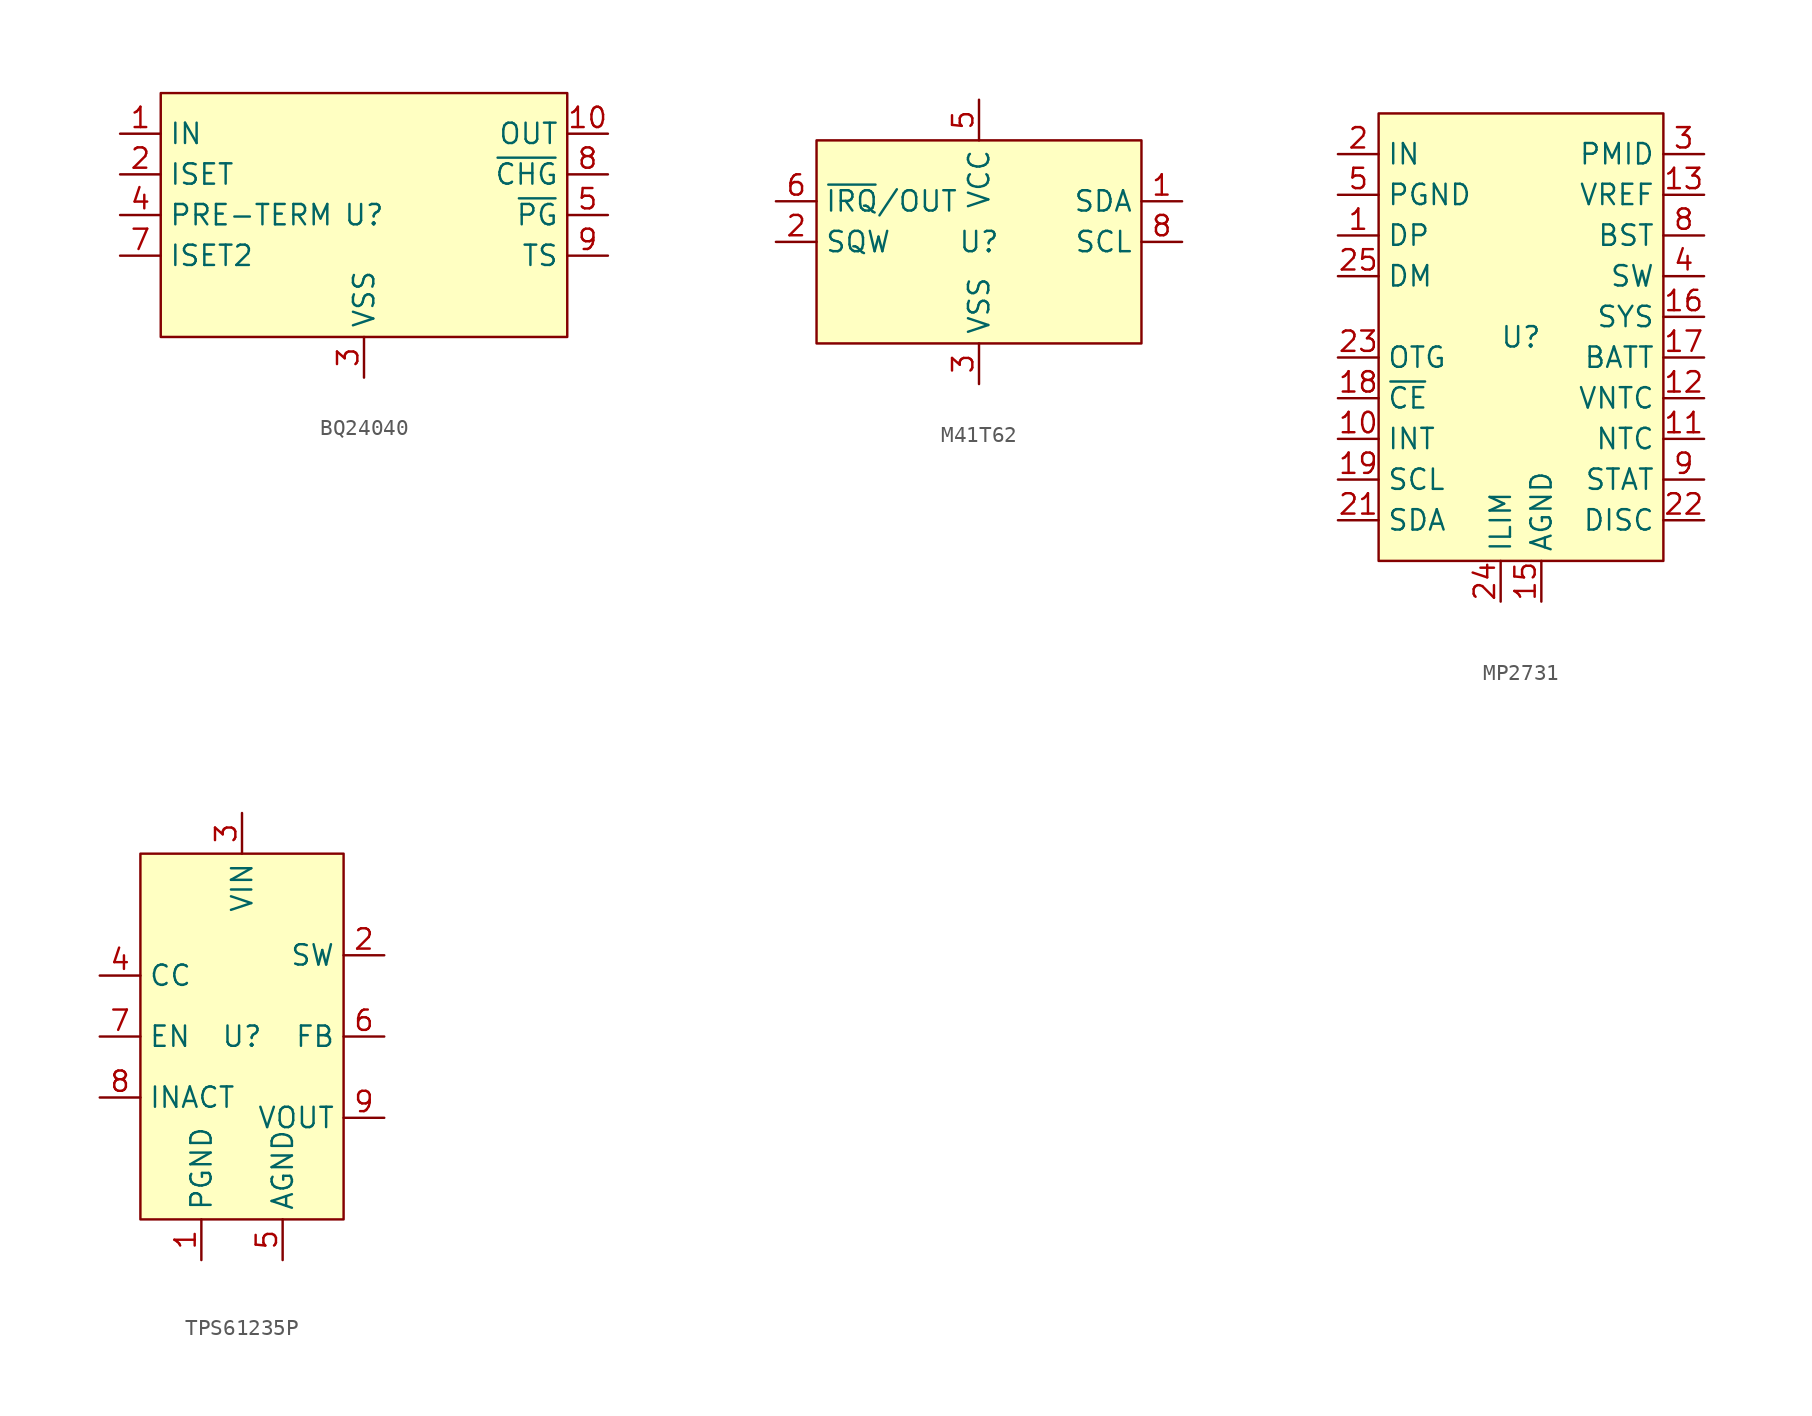
<source format=kicad_sym>
(kicad_symbol_lib
  (version 20220914)
  (generator kicad_symbol_editor)
  (symbol "BQ24040"
    (property "Reference" "U"
      (at 0 0 0)
      (effects (font (size 1.27 1.27))))
    (property "Value" ""
      (at 0 0 0)
      (effects (font (size 1.27 1.27))))
    (symbol "BQ24040_1_1"
      (rectangle (start -12.7 7.62) (end 12.7 -7.62) (stroke (width 0) (type default)) (fill (type background)))
      (pin power_in line (at -15.24 5.08 0) (length 2.54) (name "IN" (effects (font (size 1.27 1.27)))) (number "1" (effects (font (size 1.27 1.27)))))
      (pin power_out line (at 15.24 5.08 180) (length 2.54) (name "OUT" (effects (font (size 1.27 1.27)))) (number "10" (effects (font (size 1.27 1.27)))))
      (pin input line (at -15.24 2.54 0) (length 2.54) (name "ISET" (effects (font (size 1.27 1.27)))) (number "2" (effects (font (size 1.27 1.27)))))
      (pin power_in line (at 0 -10.16 90) (length 2.54) (name "VSS" (effects (font (size 1.27 1.27)))) (number "3" (effects (font (size 1.27 1.27)))))
      (pin input line (at -15.24 0 0) (length 2.54) (name "PRE-TERM" (effects (font (size 1.27 1.27)))) (number "4" (effects (font (size 1.27 1.27)))))
      (pin open_collector line (at 15.24 0 180) (length 2.54) (name "~{PG}" (effects (font (size 1.27 1.27)))) (number "5" (effects (font (size 1.27 1.27)))))
      (pin no_connect line (at 15.24 -5.08 180) (length 2.54) hide (name "NC" (effects (font (size 1.27 1.27)))) (number "6" (effects (font (size 1.27 1.27)))))
      (pin input line (at -15.24 -2.54 0) (length 2.54) (name "ISET2" (effects (font (size 1.27 1.27)))) (number "7" (effects (font (size 1.27 1.27)))))
      (pin open_collector line (at 15.24 2.54 180) (length 2.54) (name "~{CHG}" (effects (font (size 1.27 1.27)))) (number "8" (effects (font (size 1.27 1.27)))))
      (pin input line (at 15.24 -2.54 180) (length 2.54) (name "TS" (effects (font (size 1.27 1.27)))) (number "9" (effects (font (size 1.27 1.27)))))))
  (symbol "M41T62"
    (property "Reference" "U"
      (at 0 0 0)
      (effects (font (size 1.27 1.27))))
    (property "Value" ""
      (at 0 0 0)
      (effects (font (size 1.27 1.27))))
    (symbol "M41T62_1_1"
      (rectangle (start -10.16 6.35) (end 10.16 -6.35) (stroke (width 0) (type default)) (fill (type background)))
      (pin open_collector line (at 12.7 2.54 180) (length 2.54) (name "SDA" (effects (font (size 1.27 1.27)))) (number "1" (effects (font (size 1.27 1.27)))))
      (pin output line (at -12.7 0 0) (length 2.54) (name "SQW" (effects (font (size 1.27 1.27)))) (number "2" (effects (font (size 1.27 1.27)))))
      (pin power_in line (at 0 -8.89 90) (length 2.54) (name "VSS" (effects (font (size 1.27 1.27)))) (number "3" (effects (font (size 1.27 1.27)))))
      (pin no_connect line (at 12.7 -2.54 180) (length 2.54) hide (name "NC" (effects (font (size 1.27 1.27)))) (number "4" (effects (font (size 1.27 1.27)))))
      (pin power_in line (at 0 8.89 270) (length 2.54) (name "VCC" (effects (font (size 1.27 1.27)))) (number "5" (effects (font (size 1.27 1.27)))))
      (pin output line (at -12.7 2.54 0) (length 2.54) (name "~{IRQ}/OUT" (effects (font (size 1.27 1.27)))) (number "6" (effects (font (size 1.27 1.27)))))
      (pin no_connect line (at -12.7 -2.54 0) (length 2.54) hide (name "NC" (effects (font (size 1.27 1.27)))) (number "7" (effects (font (size 1.27 1.27)))))
      (pin open_collector line (at 12.7 0 180) (length 2.54) (name "SCL" (effects (font (size 1.27 1.27)))) (number "8" (effects (font (size 1.27 1.27)))))))
  (symbol "MP2731"
    (property "Reference" "U"
      (at 0 0 0)
      (effects (font (size 1.27 1.27))))
    (property "Value" ""
      (at 0 0 0)
      (effects (font (size 1.27 1.27))))
    (symbol "MP2731_1_1"
      (rectangle (start -8.89 13.97) (end 8.89 -13.97) (stroke (width 0) (type default)) (fill (type background)))
      (pin bidirectional line (at -11.43 6.35 0) (length 2.54) (name "DP" (effects (font (size 1.27 1.27)))) (number "1" (effects (font (size 1.27 1.27)))))
      (pin output line (at -11.43 -6.35 0) (length 2.54) (name "INT" (effects (font (size 1.27 1.27)))) (number "10" (effects (font (size 1.27 1.27)))))
      (pin input line (at 11.43 -6.35 180) (length 2.54) (name "NTC" (effects (font (size 1.27 1.27)))) (number "11" (effects (font (size 1.27 1.27)))))
      (pin output line (at 11.43 -3.81 180) (length 2.54) (name "VNTC" (effects (font (size 1.27 1.27)))) (number "12" (effects (font (size 1.27 1.27)))))
      (pin power_out line (at 11.43 8.89 180) (length 2.54) (name "VREF" (effects (font (size 1.27 1.27)))) (number "13" (effects (font (size 1.27 1.27)))))
      (pin power_out line (at 1.27 -16.51 90) (length 2.54) (name "AGND" (effects (font (size 1.27 1.27)))) (number "15" (effects (font (size 1.27 1.27)))))
      (pin power_out line (at 11.43 1.27 180) (length 2.54) (name "SYS" (effects (font (size 1.27 1.27)))) (number "16" (effects (font (size 1.27 1.27)))))
      (pin power_out line (at 11.43 -1.27 180) (length 2.54) (name "BATT" (effects (font (size 1.27 1.27)))) (number "17" (effects (font (size 1.27 1.27)))))
      (pin input line (at -11.43 -3.81 0) (length 2.54) (name "~{CE}" (effects (font (size 1.27 1.27)))) (number "18" (effects (font (size 1.27 1.27)))))
      (pin input line (at -11.43 -8.89 0) (length 2.54) (name "SCL" (effects (font (size 1.27 1.27)))) (number "19" (effects (font (size 1.27 1.27)))))
      (pin power_in line (at -11.43 11.43 0) (length 2.54) (name "IN" (effects (font (size 1.27 1.27)))) (number "2" (effects (font (size 1.27 1.27)))))
      (pin bidirectional line (at -11.43 -11.43 0) (length 2.54) (name "SDA" (effects (font (size 1.27 1.27)))) (number "21" (effects (font (size 1.27 1.27)))))
      (pin input line (at 11.43 -11.43 180) (length 2.54) (name "DISC" (effects (font (size 1.27 1.27)))) (number "22" (effects (font (size 1.27 1.27)))))
      (pin input line (at -11.43 -1.27 0) (length 2.54) (name "OTG" (effects (font (size 1.27 1.27)))) (number "23" (effects (font (size 1.27 1.27)))))
      (pin input line (at -1.27 -16.51 90) (length 2.54) (name "ILIM" (effects (font (size 1.27 1.27)))) (number "24" (effects (font (size 1.27 1.27)))))
      (pin bidirectional line (at -11.43 3.81 0) (length 2.54) (name "DM" (effects (font (size 1.27 1.27)))) (number "25" (effects (font (size 1.27 1.27)))))
      (pin input line (at 11.43 11.43 180) (length 2.54) (name "PMID" (effects (font (size 1.27 1.27)))) (number "3" (effects (font (size 1.27 1.27)))))
      (pin power_out line (at 11.43 3.81 180) (length 2.54) (name "SW" (effects (font (size 1.27 1.27)))) (number "4" (effects (font (size 1.27 1.27)))))
      (pin power_in line (at -11.43 8.89 0) (length 2.54) (name "PGND" (effects (font (size 1.27 1.27)))) (number "5" (effects (font (size 1.27 1.27)))))
      (pin power_in line (at 11.43 6.35 180) (length 2.54) (name "BST" (effects (font (size 1.27 1.27)))) (number "8" (effects (font (size 1.27 1.27)))))
      (pin output line (at 11.43 -8.89 180) (length 2.54) (name "STAT" (effects (font (size 1.27 1.27)))) (number "9" (effects (font (size 1.27 1.27)))))))
  (symbol "TPS61235P"
    (property "Reference" "U"
      (at 0 0 0)
      (effects (font (size 1.27 1.27))))
    (property "Value" ""
      (at 0 1.27 0)
      (effects (font (size 1.27 1.27))))
    (symbol "TPS61235P_1_1"
      (rectangle (start -6.35 11.43) (end 6.35 -11.43) (stroke (width 0) (type default)) (fill (type background)))
      (pin power_out line (at -2.54 -13.97 90) (length 2.54) (name "PGND" (effects (font (size 1.27 1.27)))) (number "1" (effects (font (size 1.27 1.27)))))
      (pin power_out line (at 8.89 5.08 180) (length 2.54) (name "SW" (effects (font (size 1.27 1.27)))) (number "2" (effects (font (size 1.27 1.27)))))
      (pin power_in line (at 0 13.97 270) (length 2.54) (name "VIN" (effects (font (size 1.27 1.27)))) (number "3" (effects (font (size 1.27 1.27)))))
      (pin input line (at -8.89 3.81 0) (length 2.54) (name "CC" (effects (font (size 1.27 1.27)))) (number "4" (effects (font (size 1.27 1.27)))))
      (pin power_out line (at 2.54 -13.97 90) (length 2.54) (name "AGND" (effects (font (size 1.27 1.27)))) (number "5" (effects (font (size 1.27 1.27)))))
      (pin input line (at 8.89 0 180) (length 2.54) (name "FB" (effects (font (size 1.27 1.27)))) (number "6" (effects (font (size 1.27 1.27)))))
      (pin input line (at -8.89 0 0) (length 2.54) (name "EN" (effects (font (size 1.27 1.27)))) (number "7" (effects (font (size 1.27 1.27)))))
      (pin open_collector line (at -8.89 -3.81 0) (length 2.54) (name "INACT" (effects (font (size 1.27 1.27)))) (number "8" (effects (font (size 1.27 1.27)))))
      (pin power_out line (at 8.89 -5.08 180) (length 2.54) (name "VOUT" (effects (font (size 1.27 1.27)))) (number "9" (effects (font (size 1.27 1.27))))))))
</source>
